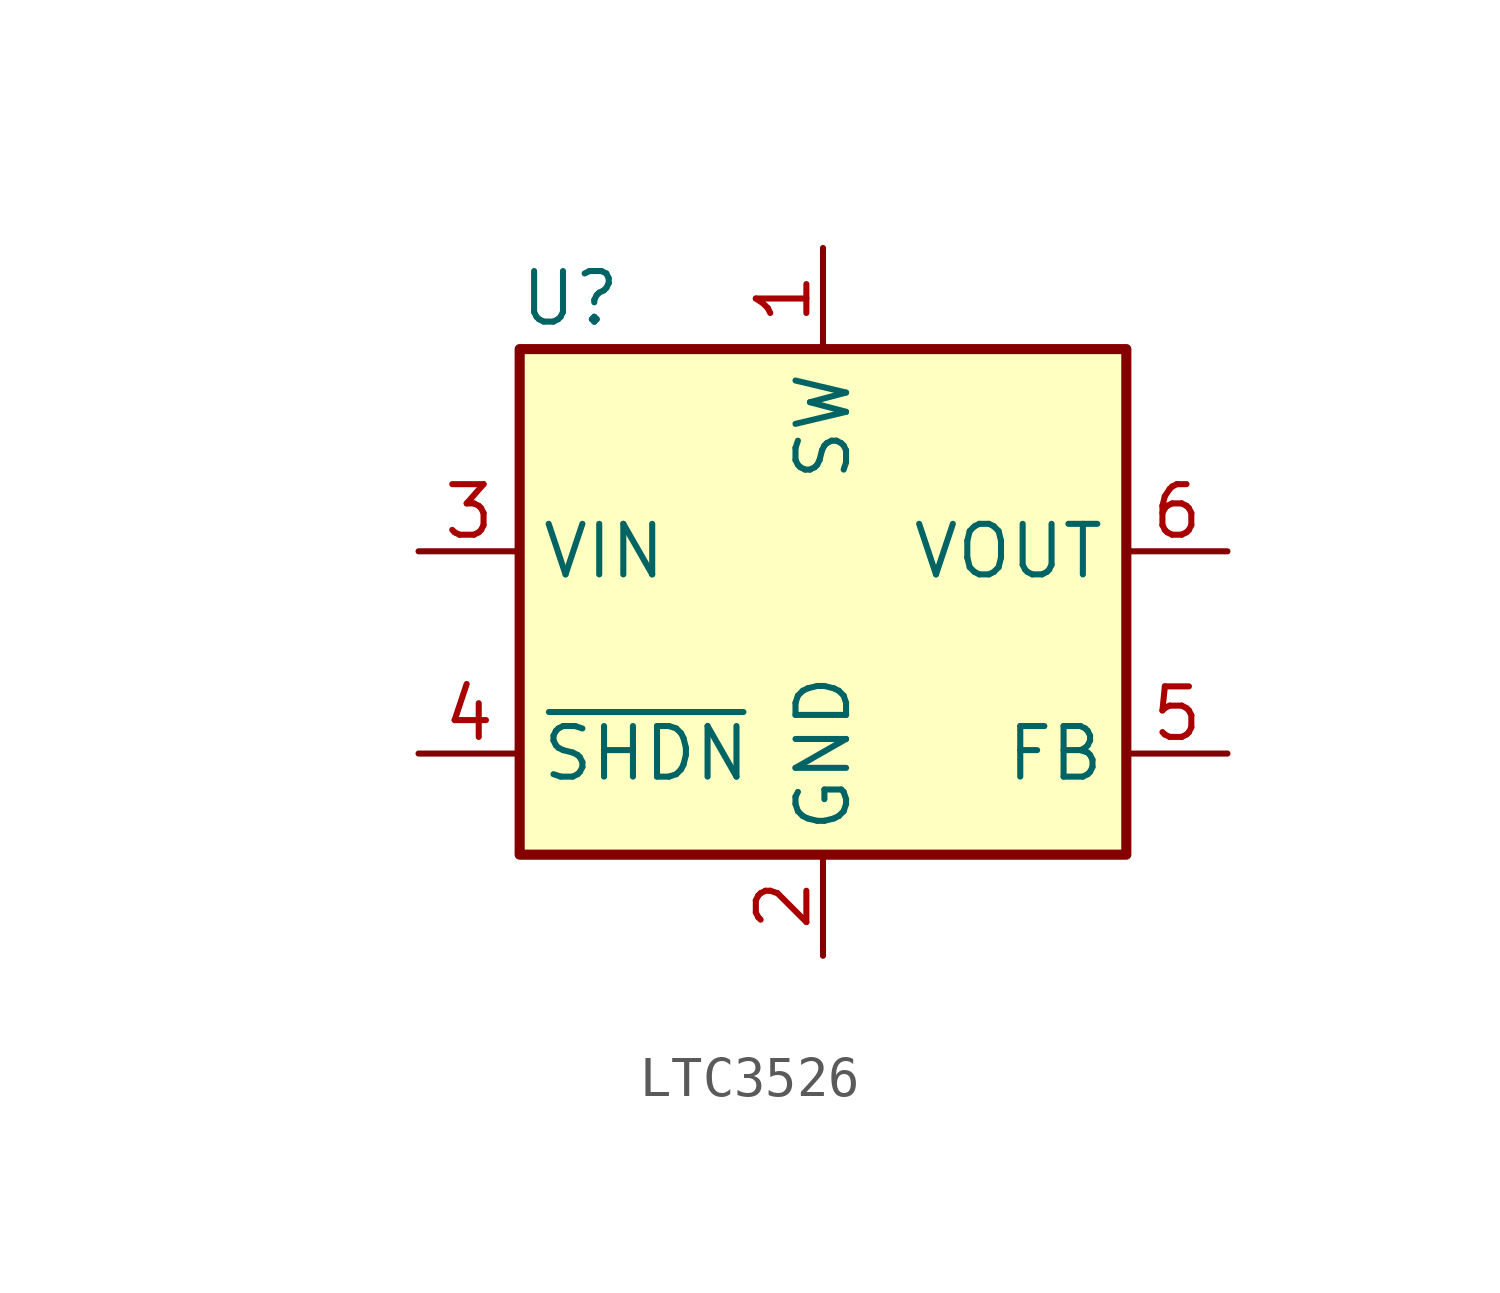
<source format=kicad_sym>
(kicad_symbol_lib
  (version 20220914)
  (generator kicad_symbol_editor)
  (symbol "LTC3526"
    (property "Reference" "U"
      (at -6.35 1.27 0)
      (effects (font (size 1.27 1.27))))
    (property "Value" ""
      (at -13.97 1.27 0)
      (effects (font (size 1.27 1.27))))
    (symbol "LTC3526_0_1"
      (rectangle (start -7.62 0) (end 7.62 -12.7) (stroke (width 0.254) (type default)) (fill (type background))))
    (symbol "LTC3526_1_1"
      (pin input line (at 0 2.54 270) (length 2.54) (name "SW" (effects (font (size 1.27 1.27)))) (number "1" (effects (font (size 1.27 1.27)))))
      (pin power_in line (at 0 -15.24 90) (length 2.54) (name "GND" (effects (font (size 1.27 1.27)))) (number "2" (effects (font (size 1.27 1.27)))))
      (pin power_in line (at -10.16 -5.08 0) (length 2.54) (name "VIN" (effects (font (size 1.27 1.27)))) (number "3" (effects (font (size 1.27 1.27)))))
      (pin input line (at -10.16 -10.16 0) (length 2.54) (name "~{SHDN}" (effects (font (size 1.27 1.27)))) (number "4" (effects (font (size 1.27 1.27)))))
      (pin input line (at 10.16 -10.16 180) (length 2.54) (name "FB" (effects (font (size 1.27 1.27)))) (number "5" (effects (font (size 1.27 1.27)))))
      (pin power_out line (at 10.16 -5.08 180) (length 2.54) (name "VOUT" (effects (font (size 1.27 1.27)))) (number "6" (effects (font (size 1.27 1.27))))))))
</source>
